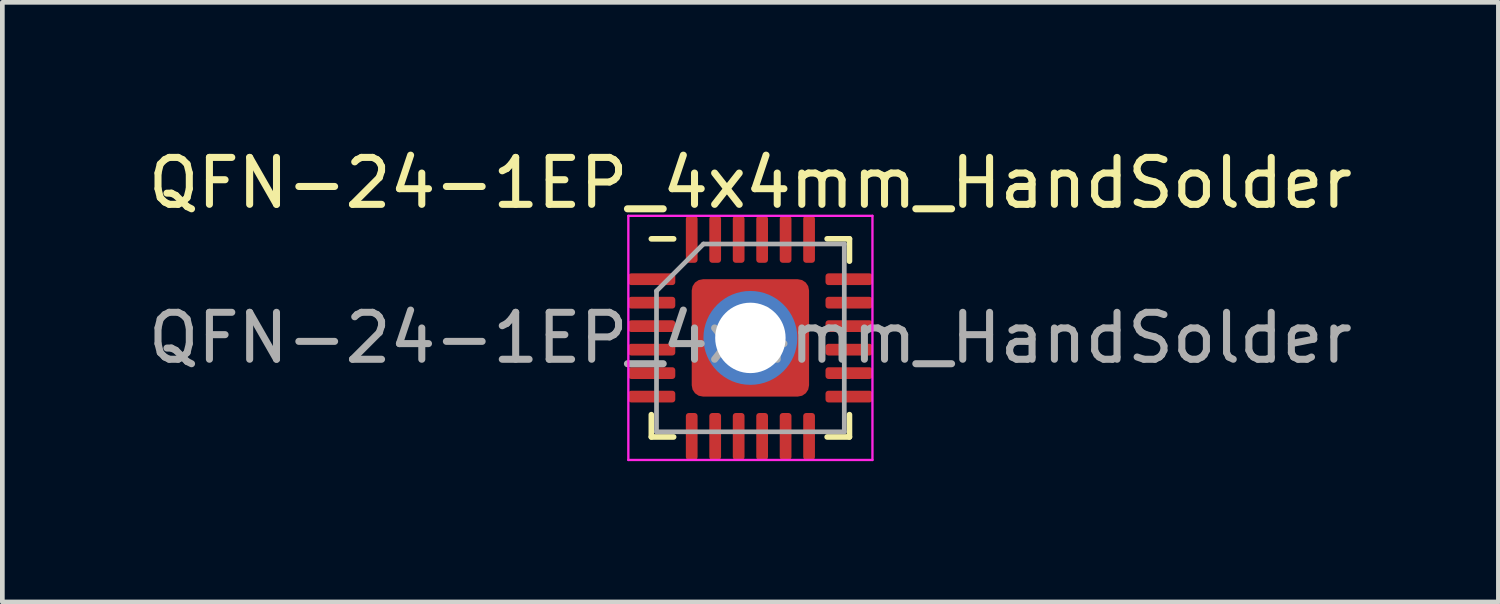
<source format=kicad_pcb>
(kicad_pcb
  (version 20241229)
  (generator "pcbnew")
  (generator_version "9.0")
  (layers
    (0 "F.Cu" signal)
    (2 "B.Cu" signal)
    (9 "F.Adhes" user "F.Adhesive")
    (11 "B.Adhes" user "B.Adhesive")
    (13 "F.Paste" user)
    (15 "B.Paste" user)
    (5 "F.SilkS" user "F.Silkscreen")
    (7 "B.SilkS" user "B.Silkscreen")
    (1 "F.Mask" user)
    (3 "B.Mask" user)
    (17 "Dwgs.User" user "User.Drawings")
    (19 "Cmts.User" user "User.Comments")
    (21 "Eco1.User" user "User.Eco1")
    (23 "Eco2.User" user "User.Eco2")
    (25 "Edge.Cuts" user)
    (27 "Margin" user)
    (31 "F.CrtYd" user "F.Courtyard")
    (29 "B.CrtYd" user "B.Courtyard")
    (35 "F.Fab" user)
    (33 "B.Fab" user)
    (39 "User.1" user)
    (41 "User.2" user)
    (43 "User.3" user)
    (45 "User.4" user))
  (footprint "QFN-24-1EP_4x4mm_HandSolder"
    (layer "F.Cu")
    (at 12.935 4.148)
    (property "Reference" "QFN-24-1EP_4x4mm_HandSolder" (at 0 -3.3 0) (layer "F.SilkS") (effects (font (size 1 1) (thickness 0.15))))
    (attr smd)
    (fp_line (start -2.11 2.11) (end -2.11 1.635) (stroke (width 0.12) (type solid)) (layer "F.SilkS"))
    (fp_line (start -1.635 -2.11) (end -2.11 -2.11) (stroke (width 0.12) (type solid)) (layer "F.SilkS"))
    (fp_line (start -1.635 2.11) (end -2.11 2.11) (stroke (width 0.12) (type solid)) (layer "F.SilkS"))
    (fp_line (start 1.635 -2.11) (end 2.11 -2.11) (stroke (width 0.12) (type solid)) (layer "F.SilkS"))
    (fp_line (start 1.635 2.11) (end 2.11 2.11) (stroke (width 0.12) (type solid)) (layer "F.SilkS"))
    (fp_line (start 2.11 -2.11) (end 2.11 -1.635) (stroke (width 0.12) (type solid)) (layer "F.SilkS"))
    (fp_line (start 2.11 2.11) (end 2.11 1.635) (stroke (width 0.12) (type solid)) (layer "F.SilkS"))
    (fp_line (start -2.6 -2.6) (end -2.6 2.6) (stroke (width 0.05) (type solid)) (layer "F.CrtYd"))
    (fp_line (start -2.6 2.6) (end 2.6 2.6) (stroke (width 0.05) (type solid)) (layer "F.CrtYd"))
    (fp_line (start 2.6 -2.6) (end -2.6 -2.6) (stroke (width 0.05) (type solid)) (layer "F.CrtYd"))
    (fp_line (start 2.6 2.6) (end 2.6 -2.6) (stroke (width 0.05) (type solid)) (layer "F.CrtYd"))
    (fp_line (start -2 -1) (end -1 -2) (stroke (width 0.1) (type solid)) (layer "F.Fab"))
    (fp_line (start -2 2) (end -2 -1) (stroke (width 0.1) (type solid)) (layer "F.Fab"))
    (fp_line (start -1 -2) (end 2 -2) (stroke (width 0.1) (type solid)) (layer "F.Fab"))
    (fp_line (start 2 -2) (end 2 2) (stroke (width 0.1) (type solid)) (layer "F.Fab"))
    (fp_line (start 2 2) (end -2 2) (stroke (width 0.1) (type solid)) (layer "F.Fab"))
    (fp_text user "${REFERENCE}" (at 0 0 0) (layer "F.Fab") (effects (font (size 1 1) (thickness 0.15))))
    (pad "" smd roundrect (at -0.65 -0.65) (size 1.05 1.05) (layers "F.Paste") (roundrect_rratio 0.238))
    (pad "" smd roundrect (at -0.65 0.65) (size 1.05 1.05) (layers "F.Paste") (roundrect_rratio 0.238))
    (pad "" smd roundrect (at 0.65 -0.65) (size 1.05 1.05) (layers "F.Paste") (roundrect_rratio 0.238))
    (pad "" smd roundrect (at 0.65 0.65) (size 1.05 1.05) (layers "F.Paste") (roundrect_rratio 0.238))
    (pad "1" smd roundrect (at -2.1 -1.25) (size 1 0.25) (layers "F.Cu" "F.Mask" "F.Paste") (roundrect_rratio 0.25))
    (pad "2" smd roundrect (at -2.1 -0.75) (size 1 0.25) (layers "F.Cu" "F.Mask" "F.Paste") (roundrect_rratio 0.25))
    (pad "3" smd roundrect (at -2.1 -0.25) (size 1 0.25) (layers "F.Cu" "F.Mask" "F.Paste") (roundrect_rratio 0.25))
    (pad "4" smd roundrect (at -2.1 0.25) (size 1 0.25) (layers "F.Cu" "F.Mask" "F.Paste") (roundrect_rratio 0.25))
    (pad "5" smd roundrect (at -2.1 0.75) (size 1 0.25) (layers "F.Cu" "F.Mask" "F.Paste") (roundrect_rratio 0.25))
    (pad "6" smd roundrect (at -2.1 1.25) (size 1 0.25) (layers "F.Cu" "F.Mask" "F.Paste") (roundrect_rratio 0.25))
    (pad "7" smd roundrect (at -1.25 2.1) (size 0.25 1) (layers "F.Cu" "F.Mask" "F.Paste") (roundrect_rratio 0.25))
    (pad "8" smd roundrect (at -0.75 2.1) (size 0.25 1) (layers "F.Cu" "F.Mask" "F.Paste") (roundrect_rratio 0.25))
    (pad "9" smd roundrect (at -0.25 2.1) (size 0.25 1) (layers "F.Cu" "F.Mask" "F.Paste") (roundrect_rratio 0.25))
    (pad "10" smd roundrect (at 0.25 2.1) (size 0.25 1) (layers "F.Cu" "F.Mask" "F.Paste") (roundrect_rratio 0.25))
    (pad "11" smd roundrect (at 0.75 2.1) (size 0.25 1) (layers "F.Cu" "F.Mask" "F.Paste") (roundrect_rratio 0.25))
    (pad "12" smd roundrect (at 1.25 2.1) (size 0.25 1) (layers "F.Cu" "F.Mask" "F.Paste") (roundrect_rratio 0.25))
    (pad "13" smd roundrect (at 2.1 1.25) (size 1 0.25) (layers "F.Cu" "F.Mask" "F.Paste") (roundrect_rratio 0.25))
    (pad "14" smd roundrect (at 2.1 0.75) (size 1 0.25) (layers "F.Cu" "F.Mask" "F.Paste") (roundrect_rratio 0.25))
    (pad "15" smd roundrect (at 2.1 0.25) (size 1 0.25) (layers "F.Cu" "F.Mask" "F.Paste") (roundrect_rratio 0.25))
    (pad "16" smd roundrect (at 2.1 -0.25) (size 1 0.25) (layers "F.Cu" "F.Mask" "F.Paste") (roundrect_rratio 0.25))
    (pad "17" smd roundrect (at 2.1 -0.75) (size 1 0.25) (layers "F.Cu" "F.Mask" "F.Paste") (roundrect_rratio 0.25))
    (pad "18" smd roundrect (at 2.1 -1.25) (size 1 0.25) (layers "F.Cu" "F.Mask" "F.Paste") (roundrect_rratio 0.25))
    (pad "19" smd roundrect (at 1.25 -2.1) (size 0.25 1) (layers "F.Cu" "F.Mask" "F.Paste") (roundrect_rratio 0.25))
    (pad "20" smd roundrect (at 0.75 -2.1) (size 0.25 1) (layers "F.Cu" "F.Mask" "F.Paste") (roundrect_rratio 0.25))
    (pad "21" smd roundrect (at 0.25 -2.1) (size 0.25 1) (layers "F.Cu" "F.Mask" "F.Paste") (roundrect_rratio 0.25))
    (pad "22" smd roundrect (at -0.25 -2.1) (size 0.25 1) (layers "F.Cu" "F.Mask" "F.Paste") (roundrect_rratio 0.25))
    (pad "23" smd roundrect (at -0.75 -2.1) (size 0.25 1) (layers "F.Cu" "F.Mask" "F.Paste") (roundrect_rratio 0.25))
    (pad "24" smd roundrect (at -1.25 -2.1) (size 0.25 1) (layers "F.Cu" "F.Mask" "F.Paste") (roundrect_rratio 0.25))
    (pad "25" thru_hole circle (at 0 0) (size 2 2) (drill 1.5) (layers "*.Cu" "*.Mask"))
    (pad "25" smd roundrect (at 0 0) (size 2.5 2.5) (layers "F.Cu" "F.Mask") (roundrect_rratio 0.096)))
  (gr_rect
    (start -3 -3)
    (end 28.869 9.773)
    (stroke (width 0.1) (type default))
    (fill no)
    (layer "Edge.Cuts")))
</source>
